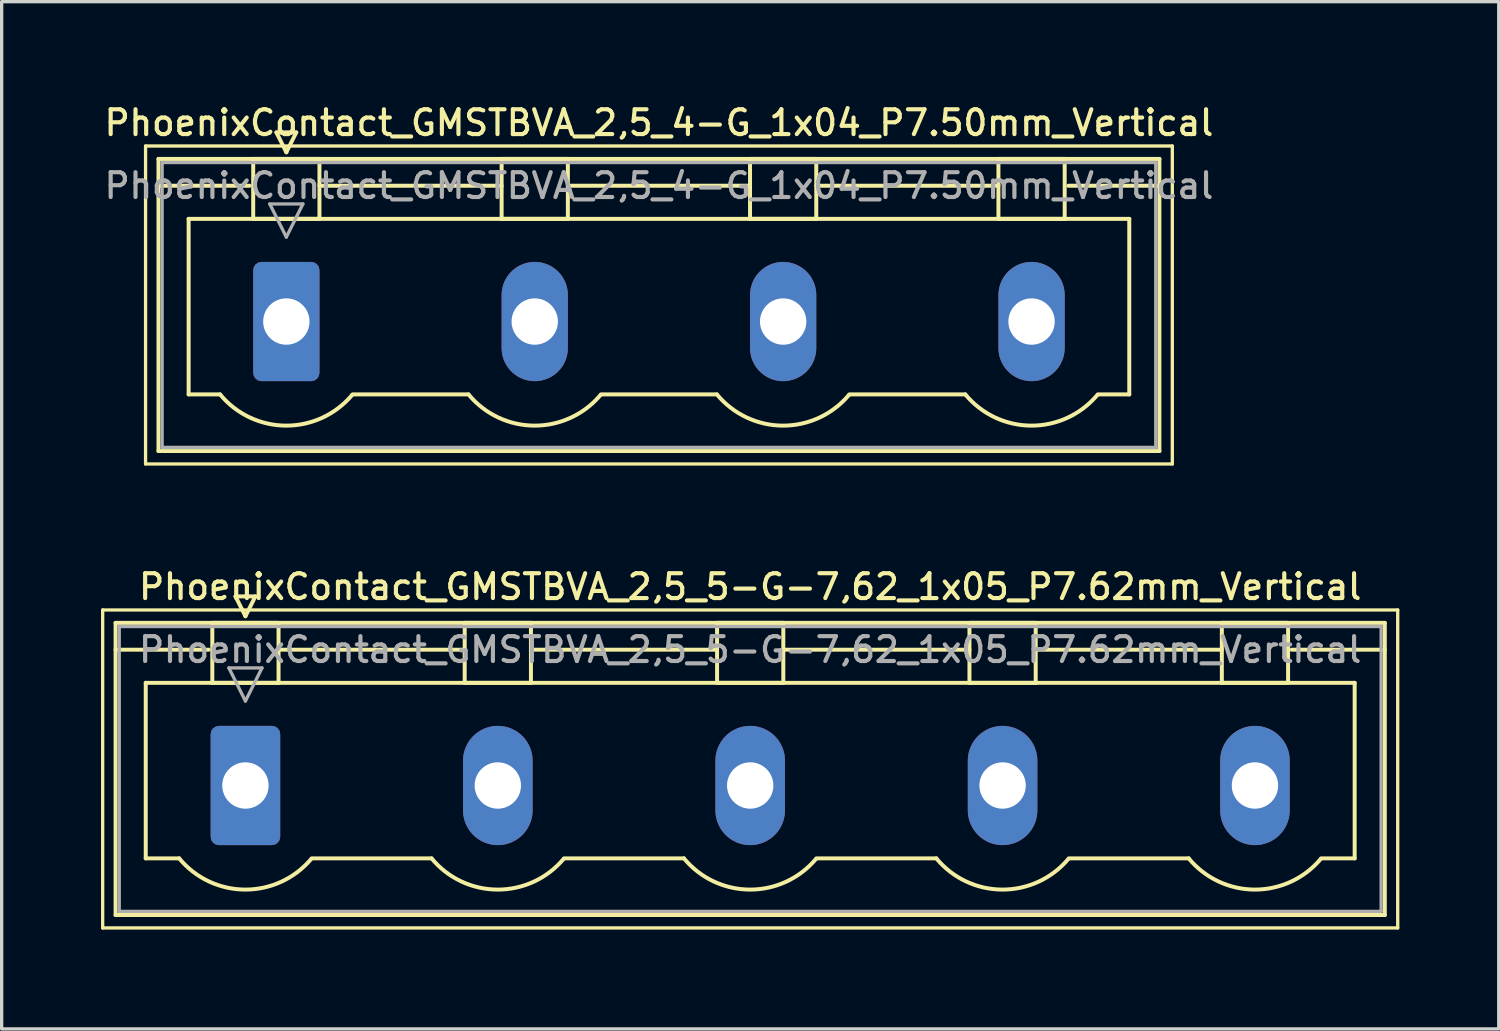
<source format=kicad_pcb>
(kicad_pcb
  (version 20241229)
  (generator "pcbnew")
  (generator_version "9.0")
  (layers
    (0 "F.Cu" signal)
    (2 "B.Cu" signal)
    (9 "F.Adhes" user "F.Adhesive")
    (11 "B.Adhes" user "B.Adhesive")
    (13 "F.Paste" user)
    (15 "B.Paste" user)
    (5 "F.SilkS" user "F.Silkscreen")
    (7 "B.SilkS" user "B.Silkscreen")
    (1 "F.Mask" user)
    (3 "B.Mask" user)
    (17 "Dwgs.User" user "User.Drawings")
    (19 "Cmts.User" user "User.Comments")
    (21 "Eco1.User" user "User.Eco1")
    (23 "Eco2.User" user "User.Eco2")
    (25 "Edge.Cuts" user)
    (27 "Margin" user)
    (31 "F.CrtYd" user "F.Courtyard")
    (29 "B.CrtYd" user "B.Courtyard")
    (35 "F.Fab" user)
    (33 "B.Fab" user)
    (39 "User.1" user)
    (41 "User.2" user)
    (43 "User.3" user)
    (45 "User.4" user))
  (footprint "PhoenixContact_GMSTBVA_2,5_4-G_1x04_P7.50mm_Vertical"
    (layer "F.Cu")
    (at 5.595 6.658)
    (property "Reference" "PhoenixContact_GMSTBVA_2,5_4-G_1x04_P7.50mm_Vertical" (at 11.25 -6 0) (layer "F.SilkS") (effects (font (size 0.75 0.75) (thickness 0.125))))
    (attr through_hole)
    (fp_line (start -4.25 -5.3) (end -4.25 4.3) (stroke (width 0.1) (type solid)) (layer "F.SilkS"))
    (fp_line (start -4.25 4.3) (end 26.75 4.3) (stroke (width 0.1) (type solid)) (layer "F.SilkS"))
    (fp_line (start -3.86 -4.91) (end -3.86 3.91) (stroke (width 0.12) (type solid)) (layer "F.SilkS"))
    (fp_line (start -3.86 -4.1) (end -1.11 -4.1) (stroke (width 0.12) (type solid)) (layer "F.SilkS"))
    (fp_line (start -3.86 3.91) (end 26.36 3.91) (stroke (width 0.12) (type solid)) (layer "F.SilkS"))
    (fp_line (start -2.95 -3.1) (end 25.45 -3.1) (stroke (width 0.12) (type solid)) (layer "F.SilkS"))
    (fp_line (start -2.95 2.2) (end -2.95 -3.1) (stroke (width 0.12) (type solid)) (layer "F.SilkS"))
    (fp_line (start -2 2.2) (end -2.95 2.2) (stroke (width 0.12) (type solid)) (layer "F.SilkS"))
    (fp_line (start -1 -4.91) (end 1 -4.91) (stroke (width 0.12) (type solid)) (layer "F.SilkS"))
    (fp_line (start -1 -3.1) (end -1 -4.91) (stroke (width 0.12) (type solid)) (layer "F.SilkS"))
    (fp_line (start -0.3 -5.71) (end 0.3 -5.71) (stroke (width 0.12) (type solid)) (layer "F.SilkS"))
    (fp_line (start 0 -5.11) (end -0.3 -5.71) (stroke (width 0.12) (type solid)) (layer "F.SilkS"))
    (fp_line (start 0.3 -5.71) (end 0 -5.11) (stroke (width 0.12) (type solid)) (layer "F.SilkS"))
    (fp_line (start 1 -4.91) (end 1 -3.1) (stroke (width 0.12) (type solid)) (layer "F.SilkS"))
    (fp_line (start 1 -4.1) (end 6.5 -4.1) (stroke (width 0.12) (type solid)) (layer "F.SilkS"))
    (fp_line (start 1 -3.1) (end -1 -3.1) (stroke (width 0.12) (type solid)) (layer "F.SilkS"))
    (fp_line (start 2 2.2) (end 5.5 2.2) (stroke (width 0.12) (type solid)) (layer "F.SilkS"))
    (fp_line (start 6.5 -4.91) (end 8.5 -4.91) (stroke (width 0.12) (type solid)) (layer "F.SilkS"))
    (fp_line (start 6.5 -3.1) (end 6.5 -4.91) (stroke (width 0.12) (type solid)) (layer "F.SilkS"))
    (fp_line (start 8.5 -4.91) (end 8.5 -3.1) (stroke (width 0.12) (type solid)) (layer "F.SilkS"))
    (fp_line (start 8.5 -4.1) (end 14 -4.1) (stroke (width 0.12) (type solid)) (layer "F.SilkS"))
    (fp_line (start 8.5 -3.1) (end 6.5 -3.1) (stroke (width 0.12) (type solid)) (layer "F.SilkS"))
    (fp_line (start 9.5 2.2) (end 13 2.2) (stroke (width 0.12) (type solid)) (layer "F.SilkS"))
    (fp_line (start 14 -4.91) (end 16 -4.91) (stroke (width 0.12) (type solid)) (layer "F.SilkS"))
    (fp_line (start 14 -3.1) (end 14 -4.91) (stroke (width 0.12) (type solid)) (layer "F.SilkS"))
    (fp_line (start 16 -4.91) (end 16 -3.1) (stroke (width 0.12) (type solid)) (layer "F.SilkS"))
    (fp_line (start 16 -4.1) (end 21.5 -4.1) (stroke (width 0.12) (type solid)) (layer "F.SilkS"))
    (fp_line (start 16 -3.1) (end 14 -3.1) (stroke (width 0.12) (type solid)) (layer "F.SilkS"))
    (fp_line (start 17 2.2) (end 20.5 2.2) (stroke (width 0.12) (type solid)) (layer "F.SilkS"))
    (fp_line (start 21.5 -4.91) (end 23.5 -4.91) (stroke (width 0.12) (type solid)) (layer "F.SilkS"))
    (fp_line (start 21.5 -3.1) (end 21.5 -4.91) (stroke (width 0.12) (type solid)) (layer "F.SilkS"))
    (fp_line (start 23.5 -4.91) (end 23.5 -3.1) (stroke (width 0.12) (type solid)) (layer "F.SilkS"))
    (fp_line (start 23.5 -3.1) (end 21.5 -3.1) (stroke (width 0.12) (type solid)) (layer "F.SilkS"))
    (fp_line (start 25.45 -3.1) (end 25.45 2.2) (stroke (width 0.12) (type solid)) (layer "F.SilkS"))
    (fp_line (start 25.45 2.2) (end 24.5 2.2) (stroke (width 0.12) (type solid)) (layer "F.SilkS"))
    (fp_line (start 26.36 -4.91) (end -3.86 -4.91) (stroke (width 0.12) (type solid)) (layer "F.SilkS"))
    (fp_line (start 26.36 -4.1) (end 23.61 -4.1) (stroke (width 0.12) (type solid)) (layer "F.SilkS"))
    (fp_line (start 26.36 3.91) (end 26.36 -4.91) (stroke (width 0.12) (type solid)) (layer "F.SilkS"))
    (fp_line (start 26.75 -5.3) (end -4.25 -5.3) (stroke (width 0.1) (type solid)) (layer "F.SilkS"))
    (fp_line (start 26.75 4.3) (end 26.75 -5.3) (stroke (width 0.1) (type solid)) (layer "F.SilkS"))
    (fp_arc (start 1.986842 2.215821) (mid -0.010289 3.142758) (end -2 2.2) (stroke (width 0.12) (type solid)) (layer "F.SilkS"))
    (fp_arc (start 9.486842 2.215821) (mid 7.489711 3.142758) (end 5.5 2.2) (stroke (width 0.12) (type solid)) (layer "F.SilkS"))
    (fp_arc (start 16.986842 2.215821) (mid 14.989711 3.142758) (end 13 2.2) (stroke (width 0.12) (type solid)) (layer "F.SilkS"))
    (fp_arc (start 24.486842 2.215821) (mid 22.489711 3.142758) (end 20.5 2.2) (stroke (width 0.12) (type solid)) (layer "F.SilkS"))
    (fp_line (start -3.75 -4.8) (end -3.75 3.8) (stroke (width 0.1) (type solid)) (layer "F.Fab"))
    (fp_line (start -3.75 3.8) (end 26.25 3.8) (stroke (width 0.1) (type solid)) (layer "F.Fab"))
    (fp_line (start -0.5 -3.55) (end 0.5 -3.55) (stroke (width 0.1) (type solid)) (layer "F.Fab"))
    (fp_line (start 0 -2.55) (end -0.5 -3.55) (stroke (width 0.1) (type solid)) (layer "F.Fab"))
    (fp_line (start 0.5 -3.55) (end 0 -2.55) (stroke (width 0.1) (type solid)) (layer "F.Fab"))
    (fp_line (start 26.25 -4.8) (end -3.75 -4.8) (stroke (width 0.1) (type solid)) (layer "F.Fab"))
    (fp_line (start 26.25 3.8) (end 26.25 -4.8) (stroke (width 0.1) (type solid)) (layer "F.Fab"))
    (fp_text user "${REFERENCE}" (at 11.25 -4.1 0) (layer "F.Fab") (effects (font (size 0.75 0.75) (thickness 0.125))))
    (pad "1" thru_hole roundrect (at 0 0) (size 2 3.6) (drill 1.4) (layers "*.Cu" "*.Mask") (roundrect_rratio 0.125))
    (pad "2" thru_hole oval (at 7.5 0) (size 2 3.6) (drill 1.4) (layers "*.Cu" "*.Mask"))
    (pad "3" thru_hole oval (at 15 0) (size 2 3.6) (drill 1.4) (layers "*.Cu" "*.Mask"))
    (pad "4" thru_hole oval (at 22.5 0) (size 2 3.6) (drill 1.4) (layers "*.Cu" "*.Mask")))
  (footprint "PhoenixContact_GMSTBVA_2,5_5-G-7,62_1x05_P7.62mm_Vertical"
    (layer "F.Cu")
    (at 4.36 20.666)
    (property "Reference" "PhoenixContact_GMSTBVA_2,5_5-G-7,62_1x05_P7.62mm_Vertical" (at 15.24 -6 0) (layer "F.SilkS") (effects (font (size 0.75 0.75) (thickness 0.125))))
    (attr through_hole)
    (fp_line (start -4.31 -5.3) (end -4.31 4.3) (stroke (width 0.1) (type solid)) (layer "F.SilkS"))
    (fp_line (start -4.31 4.3) (end 34.79 4.3) (stroke (width 0.1) (type solid)) (layer "F.SilkS"))
    (fp_line (start -3.92 -4.91) (end -3.92 3.91) (stroke (width 0.12) (type solid)) (layer "F.SilkS"))
    (fp_line (start -3.92 -4.1) (end -1.11 -4.1) (stroke (width 0.12) (type solid)) (layer "F.SilkS"))
    (fp_line (start -3.92 3.91) (end 34.4 3.91) (stroke (width 0.12) (type solid)) (layer "F.SilkS"))
    (fp_line (start -3.01 -3.1) (end 33.49 -3.1) (stroke (width 0.12) (type solid)) (layer "F.SilkS"))
    (fp_line (start -3.01 2.2) (end -3.01 -3.1) (stroke (width 0.12) (type solid)) (layer "F.SilkS"))
    (fp_line (start -2 2.2) (end -3.01 2.2) (stroke (width 0.12) (type solid)) (layer "F.SilkS"))
    (fp_line (start -1 -4.91) (end 1 -4.91) (stroke (width 0.12) (type solid)) (layer "F.SilkS"))
    (fp_line (start -1 -3.1) (end -1 -4.91) (stroke (width 0.12) (type solid)) (layer "F.SilkS"))
    (fp_line (start -0.3 -5.71) (end 0.3 -5.71) (stroke (width 0.12) (type solid)) (layer "F.SilkS"))
    (fp_line (start 0 -5.11) (end -0.3 -5.71) (stroke (width 0.12) (type solid)) (layer "F.SilkS"))
    (fp_line (start 0.3 -5.71) (end 0 -5.11) (stroke (width 0.12) (type solid)) (layer "F.SilkS"))
    (fp_line (start 1 -4.91) (end 1 -3.1) (stroke (width 0.12) (type solid)) (layer "F.SilkS"))
    (fp_line (start 1 -4.1) (end 6.62 -4.1) (stroke (width 0.12) (type solid)) (layer "F.SilkS"))
    (fp_line (start 1 -3.1) (end -1 -3.1) (stroke (width 0.12) (type solid)) (layer "F.SilkS"))
    (fp_line (start 2 2.2) (end 5.62 2.2) (stroke (width 0.12) (type solid)) (layer "F.SilkS"))
    (fp_line (start 6.62 -4.91) (end 8.62 -4.91) (stroke (width 0.12) (type solid)) (layer "F.SilkS"))
    (fp_line (start 6.62 -3.1) (end 6.62 -4.91) (stroke (width 0.12) (type solid)) (layer "F.SilkS"))
    (fp_line (start 8.62 -4.91) (end 8.62 -3.1) (stroke (width 0.12) (type solid)) (layer "F.SilkS"))
    (fp_line (start 8.62 -4.1) (end 14.24 -4.1) (stroke (width 0.12) (type solid)) (layer "F.SilkS"))
    (fp_line (start 8.62 -3.1) (end 6.62 -3.1) (stroke (width 0.12) (type solid)) (layer "F.SilkS"))
    (fp_line (start 9.62 2.2) (end 13.24 2.2) (stroke (width 0.12) (type solid)) (layer "F.SilkS"))
    (fp_line (start 14.24 -4.91) (end 16.24 -4.91) (stroke (width 0.12) (type solid)) (layer "F.SilkS"))
    (fp_line (start 14.24 -3.1) (end 14.24 -4.91) (stroke (width 0.12) (type solid)) (layer "F.SilkS"))
    (fp_line (start 16.24 -4.91) (end 16.24 -3.1) (stroke (width 0.12) (type solid)) (layer "F.SilkS"))
    (fp_line (start 16.24 -4.1) (end 21.86 -4.1) (stroke (width 0.12) (type solid)) (layer "F.SilkS"))
    (fp_line (start 16.24 -3.1) (end 14.24 -3.1) (stroke (width 0.12) (type solid)) (layer "F.SilkS"))
    (fp_line (start 17.24 2.2) (end 20.86 2.2) (stroke (width 0.12) (type solid)) (layer "F.SilkS"))
    (fp_line (start 21.86 -4.91) (end 23.86 -4.91) (stroke (width 0.12) (type solid)) (layer "F.SilkS"))
    (fp_line (start 21.86 -3.1) (end 21.86 -4.91) (stroke (width 0.12) (type solid)) (layer "F.SilkS"))
    (fp_line (start 23.86 -4.91) (end 23.86 -3.1) (stroke (width 0.12) (type solid)) (layer "F.SilkS"))
    (fp_line (start 23.86 -4.1) (end 29.48 -4.1) (stroke (width 0.12) (type solid)) (layer "F.SilkS"))
    (fp_line (start 23.86 -3.1) (end 21.86 -3.1) (stroke (width 0.12) (type solid)) (layer "F.SilkS"))
    (fp_line (start 24.86 2.2) (end 28.48 2.2) (stroke (width 0.12) (type solid)) (layer "F.SilkS"))
    (fp_line (start 29.48 -4.91) (end 31.48 -4.91) (stroke (width 0.12) (type solid)) (layer "F.SilkS"))
    (fp_line (start 29.48 -3.1) (end 29.48 -4.91) (stroke (width 0.12) (type solid)) (layer "F.SilkS"))
    (fp_line (start 31.48 -4.91) (end 31.48 -3.1) (stroke (width 0.12) (type solid)) (layer "F.SilkS"))
    (fp_line (start 31.48 -3.1) (end 29.48 -3.1) (stroke (width 0.12) (type solid)) (layer "F.SilkS"))
    (fp_line (start 33.49 -3.1) (end 33.49 2.2) (stroke (width 0.12) (type solid)) (layer "F.SilkS"))
    (fp_line (start 33.49 2.2) (end 32.48 2.2) (stroke (width 0.12) (type solid)) (layer "F.SilkS"))
    (fp_line (start 34.4 -4.91) (end -3.92 -4.91) (stroke (width 0.12) (type solid)) (layer "F.SilkS"))
    (fp_line (start 34.4 -4.1) (end 31.59 -4.1) (stroke (width 0.12) (type solid)) (layer "F.SilkS"))
    (fp_line (start 34.4 3.91) (end 34.4 -4.91) (stroke (width 0.12) (type solid)) (layer "F.SilkS"))
    (fp_line (start 34.79 -5.3) (end -4.31 -5.3) (stroke (width 0.1) (type solid)) (layer "F.SilkS"))
    (fp_line (start 34.79 4.3) (end 34.79 -5.3) (stroke (width 0.1) (type solid)) (layer "F.SilkS"))
    (fp_arc (start 1.986842 2.215821) (mid -0.010289 3.142758) (end -2 2.2) (stroke (width 0.12) (type solid)) (layer "F.SilkS"))
    (fp_arc (start 9.606842 2.215821) (mid 7.609711 3.142758) (end 5.62 2.2) (stroke (width 0.12) (type solid)) (layer "F.SilkS"))
    (fp_arc (start 17.226842 2.215821) (mid 15.229711 3.142758) (end 13.24 2.2) (stroke (width 0.12) (type solid)) (layer "F.SilkS"))
    (fp_arc (start 24.846842 2.215821) (mid 22.849711 3.142758) (end 20.86 2.2) (stroke (width 0.12) (type solid)) (layer "F.SilkS"))
    (fp_arc (start 32.466842 2.215821) (mid 30.469711 3.142758) (end 28.48 2.2) (stroke (width 0.12) (type solid)) (layer "F.SilkS"))
    (fp_line (start -3.81 -4.8) (end -3.81 3.8) (stroke (width 0.1) (type solid)) (layer "F.Fab"))
    (fp_line (start -3.81 3.8) (end 34.29 3.8) (stroke (width 0.1) (type solid)) (layer "F.Fab"))
    (fp_line (start -0.5 -3.55) (end 0.5 -3.55) (stroke (width 0.1) (type solid)) (layer "F.Fab"))
    (fp_line (start 0 -2.55) (end -0.5 -3.55) (stroke (width 0.1) (type solid)) (layer "F.Fab"))
    (fp_line (start 0.5 -3.55) (end 0 -2.55) (stroke (width 0.1) (type solid)) (layer "F.Fab"))
    (fp_line (start 34.29 -4.8) (end -3.81 -4.8) (stroke (width 0.1) (type solid)) (layer "F.Fab"))
    (fp_line (start 34.29 3.8) (end 34.29 -4.8) (stroke (width 0.1) (type solid)) (layer "F.Fab"))
    (fp_text user "${REFERENCE}" (at 15.24 -4.1 0) (layer "F.Fab") (effects (font (size 0.75 0.75) (thickness 0.125))))
    (pad "1" thru_hole roundrect (at 0 0) (size 2.1 3.6) (drill 1.4) (layers "*.Cu" "*.Mask") (roundrect_rratio 0.119))
    (pad "2" thru_hole oval (at 7.62 0) (size 2.1 3.6) (drill 1.4) (layers "*.Cu" "*.Mask"))
    (pad "3" thru_hole oval (at 15.24 0) (size 2.1 3.6) (drill 1.4) (layers "*.Cu" "*.Mask"))
    (pad "4" thru_hole oval (at 22.86 0) (size 2.1 3.6) (drill 1.4) (layers "*.Cu" "*.Mask"))
    (pad "5" thru_hole oval (at 30.48 0) (size 2.1 3.6) (drill 1.4) (layers "*.Cu" "*.Mask")))
  (gr_rect
    (start -3 -3)
    (end 42.2 28.016)
    (stroke (width 0.1) (type default))
    (fill no)
    (layer "Edge.Cuts")))
</source>
